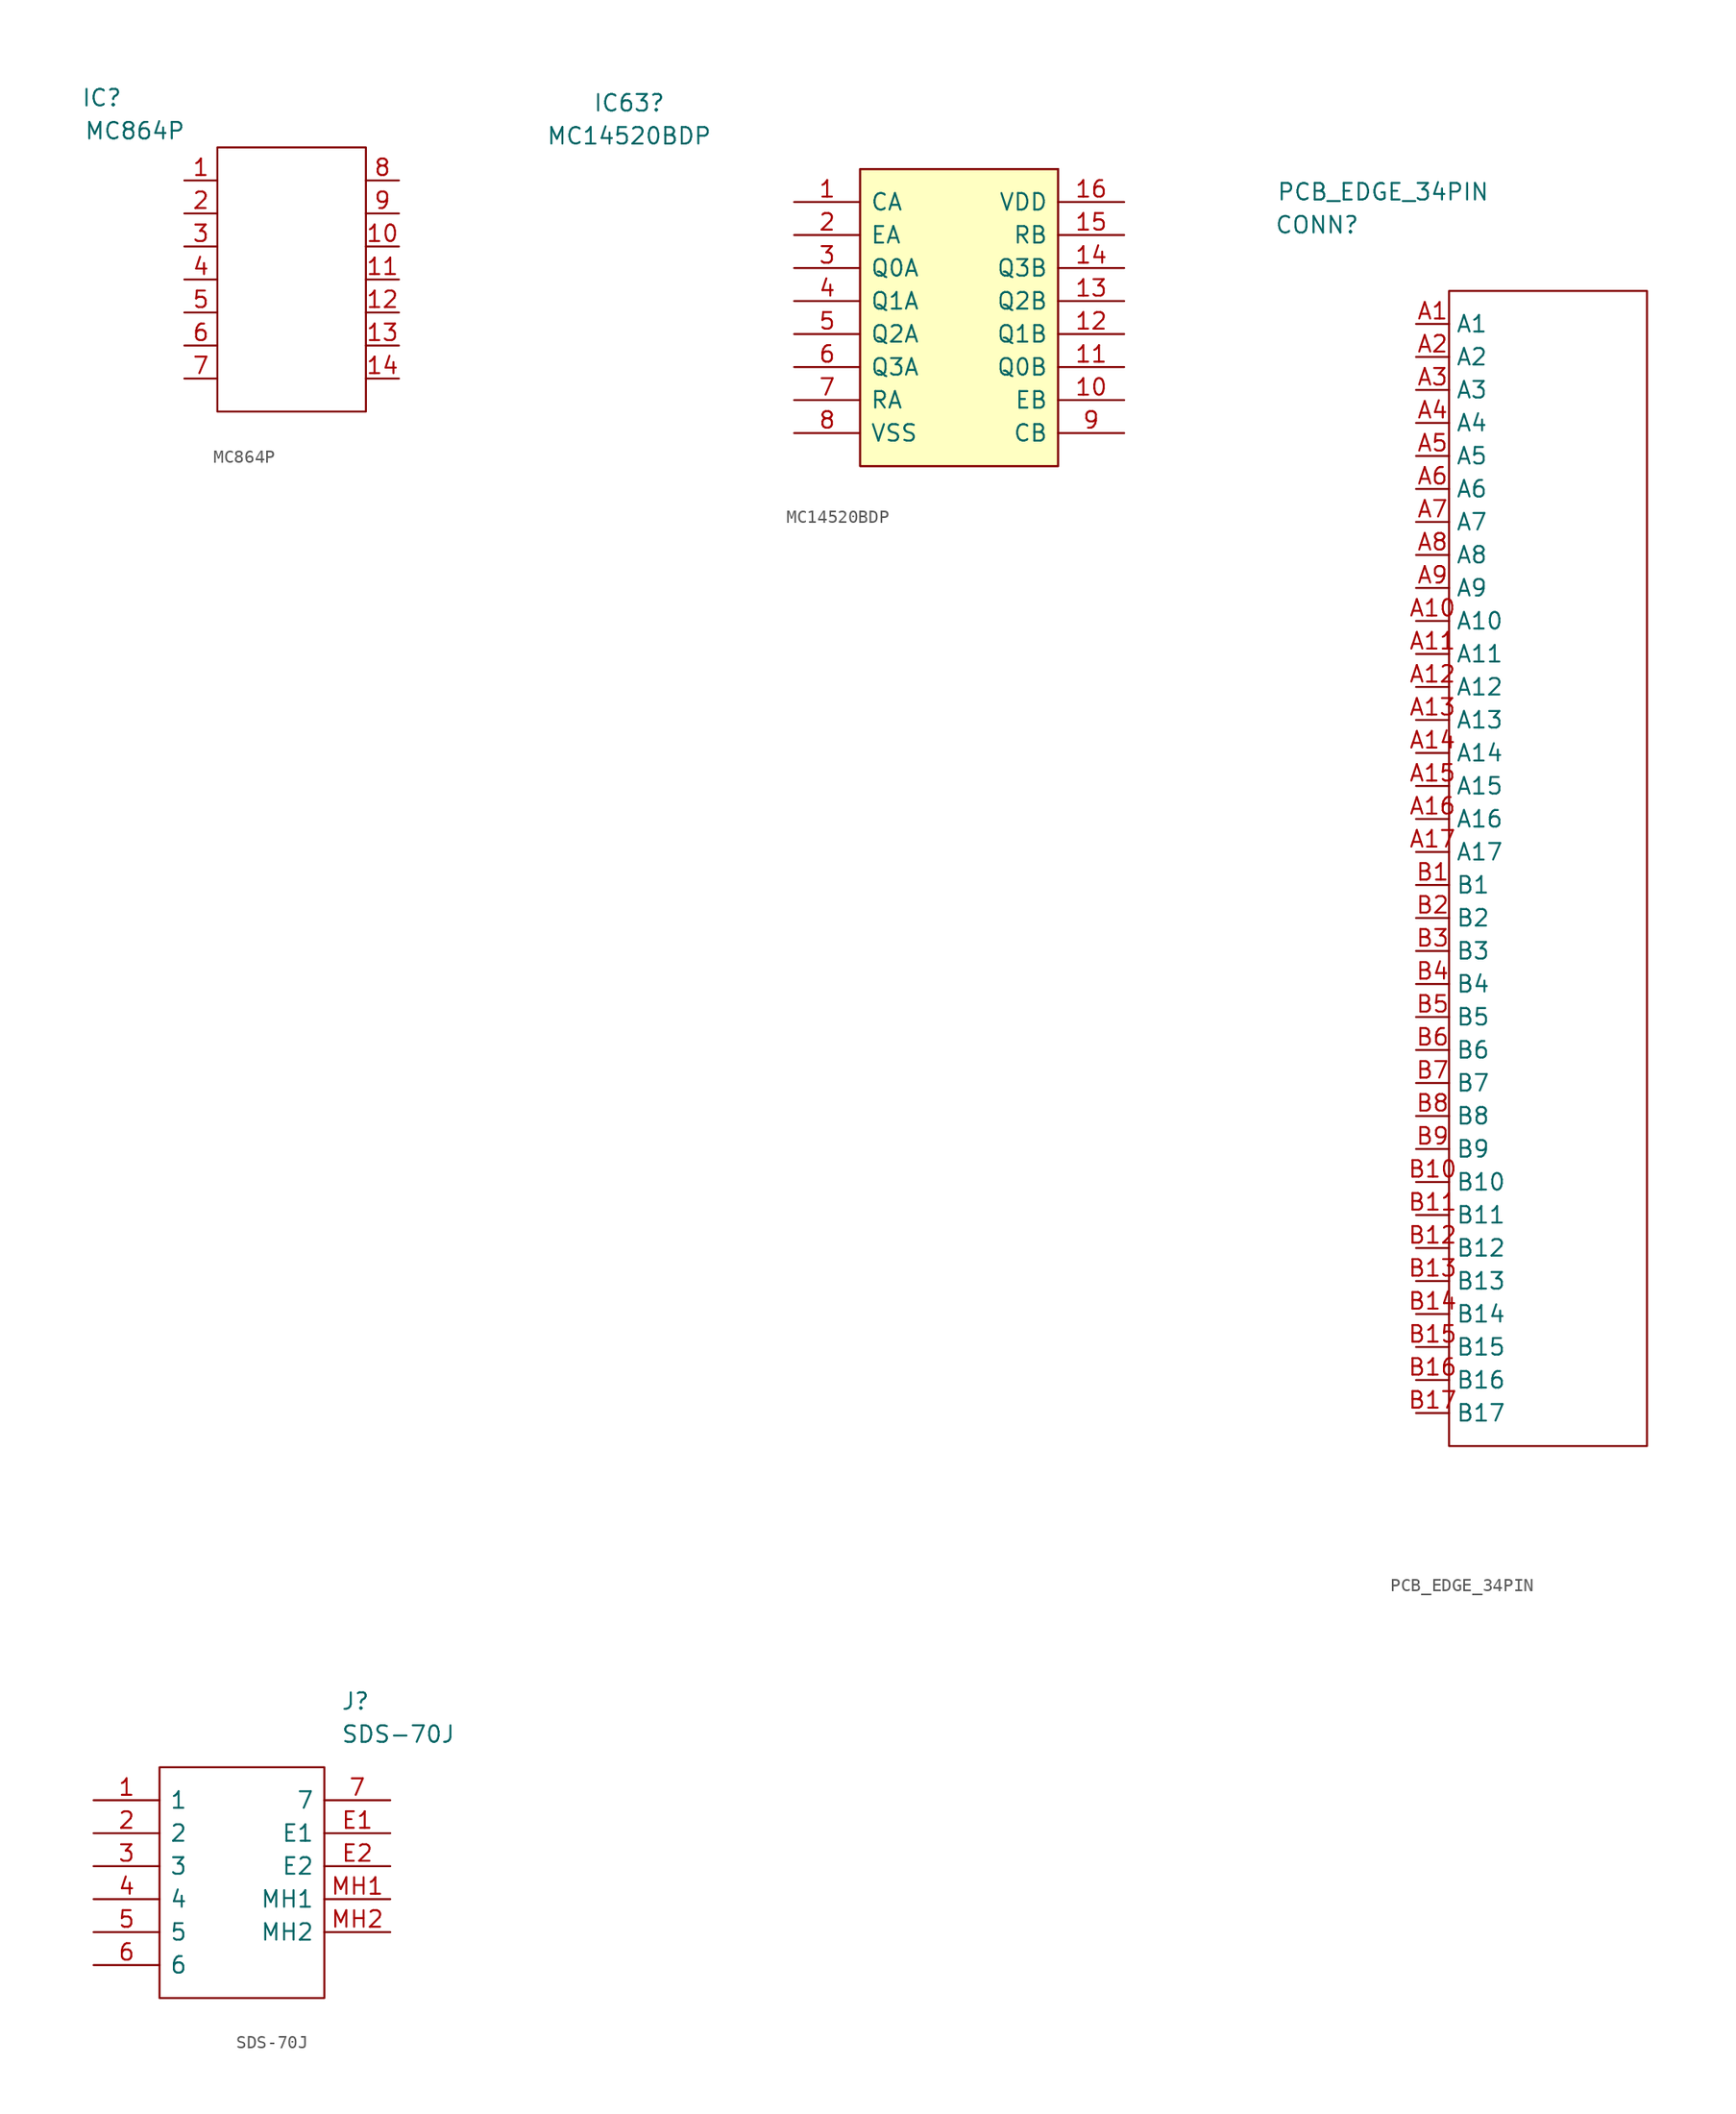
<source format=kicad_sym>
(kicad_symbol_lib
  (version 20211014)
  (generator kicad_symbol_editor)
  (symbol "MC864P"
    (property "Reference" "IC"
      (at -6.35 3.81 0)
      (effects (font (size 1.27 1.27))))
    (property "Value" "MC864P"
      (at -3.81 1.27 0)
      (effects (font (size 1.27 1.27))))
    (symbol "MC864P_0_0"
      (pin unspecified line (at 0 -2.54 0) (length 2.54) (name "" (effects (font (size 1.27 1.27)))) (number "1" (effects (font (size 1.27 1.27)))))
      (pin unspecified line (at 16.51 -7.62 180) (length 2.54) (name "" (effects (font (size 1.27 1.27)))) (number "10" (effects (font (size 1.27 1.27)))))
      (pin unspecified line (at 16.51 -10.16 180) (length 2.54) (name "" (effects (font (size 1.27 1.27)))) (number "11" (effects (font (size 1.27 1.27)))))
      (pin unspecified line (at 16.51 -12.7 180) (length 2.54) (name "" (effects (font (size 1.27 1.27)))) (number "12" (effects (font (size 1.27 1.27)))))
      (pin unspecified line (at 16.51 -15.24 180) (length 2.54) (name "" (effects (font (size 1.27 1.27)))) (number "13" (effects (font (size 1.27 1.27)))))
      (pin unspecified line (at 16.51 -17.78 180) (length 2.54) (name "" (effects (font (size 1.27 1.27)))) (number "14" (effects (font (size 1.27 1.27)))))
      (pin unspecified line (at 0 -5.08 0) (length 2.54) (name "" (effects (font (size 1.27 1.27)))) (number "2" (effects (font (size 1.27 1.27)))))
      (pin unspecified line (at 0 -7.62 0) (length 2.54) (name "" (effects (font (size 1.27 1.27)))) (number "3" (effects (font (size 1.27 1.27)))))
      (pin unspecified line (at 0 -10.16 0) (length 2.54) (name "" (effects (font (size 1.27 1.27)))) (number "4" (effects (font (size 1.27 1.27)))))
      (pin unspecified line (at 0 -12.7 0) (length 2.54) (name "" (effects (font (size 1.27 1.27)))) (number "5" (effects (font (size 1.27 1.27)))))
      (pin unspecified line (at 0 -15.24 0) (length 2.54) (name "" (effects (font (size 1.27 1.27)))) (number "6" (effects (font (size 1.27 1.27)))))
      (pin unspecified line (at 0 -17.78 0) (length 2.54) (name "" (effects (font (size 1.27 1.27)))) (number "7" (effects (font (size 1.27 1.27)))))
      (pin unspecified line (at 16.51 -2.54 180) (length 2.54) (name "" (effects (font (size 1.27 1.27)))) (number "8" (effects (font (size 1.27 1.27)))))
      (pin unspecified line (at 16.51 -5.08 180) (length 2.54) (name "" (effects (font (size 1.27 1.27)))) (number "9" (effects (font (size 1.27 1.27))))))
    (symbol "MC864P_0_1"
      (rectangle (start 2.54 0) (end 13.97 -20.32) (stroke (width 0) (type default) (color 0 0 0 0)) (fill (type none)))))
  (symbol "MC14520BDP"
    (pin_names
      (offset 0.762))
    (property "Reference" "IC63"
      (at -12.7 7.62 0)
      (effects (font (size 1.27 1.27))))
    (property "Value" "MC14520BDP"
      (at -12.7 5.08 0)
      (effects (font (size 1.27 1.27))))
    (symbol "MC14520BDP_0_0"
      (pin passive line (at 0 0 0) (length 5.08) (name "CA" (effects (font (size 1.27 1.27)))) (number "1" (effects (font (size 1.27 1.27)))))
      (pin passive line (at 25.4 -15.24 180) (length 5.08) (name "EB" (effects (font (size 1.27 1.27)))) (number "10" (effects (font (size 1.27 1.27)))))
      (pin passive line (at 25.4 -12.7 180) (length 5.08) (name "Q0B" (effects (font (size 1.27 1.27)))) (number "11" (effects (font (size 1.27 1.27)))))
      (pin passive line (at 25.4 -10.16 180) (length 5.08) (name "Q1B" (effects (font (size 1.27 1.27)))) (number "12" (effects (font (size 1.27 1.27)))))
      (pin passive line (at 25.4 -7.62 180) (length 5.08) (name "Q2B" (effects (font (size 1.27 1.27)))) (number "13" (effects (font (size 1.27 1.27)))))
      (pin passive line (at 25.4 -5.08 180) (length 5.08) (name "Q3B" (effects (font (size 1.27 1.27)))) (number "14" (effects (font (size 1.27 1.27)))))
      (pin passive line (at 25.4 -2.54 180) (length 5.08) (name "RB" (effects (font (size 1.27 1.27)))) (number "15" (effects (font (size 1.27 1.27)))))
      (pin power_in line (at 25.4 0 180) (length 5.08) (name "VDD" (effects (font (size 1.27 1.27)))) (number "16" (effects (font (size 1.27 1.27)))))
      (pin passive line (at 0 -2.54 0) (length 5.08) (name "EA" (effects (font (size 1.27 1.27)))) (number "2" (effects (font (size 1.27 1.27)))))
      (pin passive line (at 0 -5.08 0) (length 5.08) (name "Q0A" (effects (font (size 1.27 1.27)))) (number "3" (effects (font (size 1.27 1.27)))))
      (pin passive line (at 0 -7.62 0) (length 5.08) (name "Q1A" (effects (font (size 1.27 1.27)))) (number "4" (effects (font (size 1.27 1.27)))))
      (pin passive line (at 0 -10.16 0) (length 5.08) (name "Q2A" (effects (font (size 1.27 1.27)))) (number "5" (effects (font (size 1.27 1.27)))))
      (pin passive line (at 0 -12.7 0) (length 5.08) (name "Q3A" (effects (font (size 1.27 1.27)))) (number "6" (effects (font (size 1.27 1.27)))))
      (pin passive line (at 0 -15.24 0) (length 5.08) (name "RA" (effects (font (size 1.27 1.27)))) (number "7" (effects (font (size 1.27 1.27)))))
      (pin output line (at 0 -17.78 0) (length 5.08) (name "VSS" (effects (font (size 1.27 1.27)))) (number "8" (effects (font (size 1.27 1.27)))))
      (pin passive line (at 25.4 -17.78 180) (length 5.08) (name "CB" (effects (font (size 1.27 1.27)))) (number "9" (effects (font (size 1.27 1.27))))))
    (symbol "MC14520BDP_0_1"
      (polyline (pts (xy 5.08 2.54) (xy 20.32 2.54) (xy 20.32 -20.32) (xy 5.08 -20.32) (xy 5.08 2.54)) (stroke (width 0.152) (type default) (color 0 0 0 0)) (fill (type none)))
      (rectangle (start 5.08 2.54) (end 20.32 -20.32) (stroke (width 0) (type default) (color 0 0 0 0)) (fill (type background)))))
  (symbol "PCB_EDGE_34PIN"
    (property "Reference" "CONN"
      (at -7.62 5.08 0)
      (effects (font (size 1.27 1.27))))
    (property "Value" "PCB_EDGE_34PIN"
      (at -2.54 7.62 0)
      (effects (font (size 1.27 1.27))))
    (symbol "PCB_EDGE_34PIN_0_0"
      (pin bidirectional line (at 0 -2.54 0) (length 2.54) (name "A1" (effects (font (size 1.27 1.27)))) (number "A1" (effects (font (size 1.27 1.27)))))
      (pin bidirectional line (at 0 -25.4 0) (length 2.54) (name "A10" (effects (font (size 1.27 1.27)))) (number "A10" (effects (font (size 1.27 1.27)))))
      (pin bidirectional line (at 0 -27.94 0) (length 2.54) (name "A11" (effects (font (size 1.27 1.27)))) (number "A11" (effects (font (size 1.27 1.27)))))
      (pin bidirectional line (at 0 -30.48 0) (length 2.54) (name "A12" (effects (font (size 1.27 1.27)))) (number "A12" (effects (font (size 1.27 1.27)))))
      (pin bidirectional line (at 0 -33.02 0) (length 2.54) (name "A13" (effects (font (size 1.27 1.27)))) (number "A13" (effects (font (size 1.27 1.27)))))
      (pin bidirectional line (at 0 -35.56 0) (length 2.54) (name "A14" (effects (font (size 1.27 1.27)))) (number "A14" (effects (font (size 1.27 1.27)))))
      (pin bidirectional line (at 0 -38.1 0) (length 2.54) (name "A15" (effects (font (size 1.27 1.27)))) (number "A15" (effects (font (size 1.27 1.27)))))
      (pin bidirectional line (at 0 -40.64 0) (length 2.54) (name "A16" (effects (font (size 1.27 1.27)))) (number "A16" (effects (font (size 1.27 1.27)))))
      (pin bidirectional line (at 0 -43.18 0) (length 2.54) (name "A17" (effects (font (size 1.27 1.27)))) (number "A17" (effects (font (size 1.27 1.27)))))
      (pin bidirectional line (at 0 -5.08 0) (length 2.54) (name "A2" (effects (font (size 1.27 1.27)))) (number "A2" (effects (font (size 1.27 1.27)))))
      (pin bidirectional line (at 0 -7.62 0) (length 2.54) (name "A3" (effects (font (size 1.27 1.27)))) (number "A3" (effects (font (size 1.27 1.27)))))
      (pin bidirectional line (at 0 -10.16 0) (length 2.54) (name "A4" (effects (font (size 1.27 1.27)))) (number "A4" (effects (font (size 1.27 1.27)))))
      (pin bidirectional line (at 0 -12.7 0) (length 2.54) (name "A5" (effects (font (size 1.27 1.27)))) (number "A5" (effects (font (size 1.27 1.27)))))
      (pin bidirectional line (at 0 -15.24 0) (length 2.54) (name "A6" (effects (font (size 1.27 1.27)))) (number "A6" (effects (font (size 1.27 1.27)))))
      (pin bidirectional line (at 0 -17.78 0) (length 2.54) (name "A7" (effects (font (size 1.27 1.27)))) (number "A7" (effects (font (size 1.27 1.27)))))
      (pin bidirectional line (at 0 -20.32 0) (length 2.54) (name "A8" (effects (font (size 1.27 1.27)))) (number "A8" (effects (font (size 1.27 1.27)))))
      (pin bidirectional line (at 0 -22.86 0) (length 2.54) (name "A9" (effects (font (size 1.27 1.27)))) (number "A9" (effects (font (size 1.27 1.27)))))
      (pin bidirectional line (at 0 -45.72 0) (length 2.54) (name "B1" (effects (font (size 1.27 1.27)))) (number "B1" (effects (font (size 1.27 1.27)))))
      (pin bidirectional line (at 0 -68.58 0) (length 2.54) (name "B10" (effects (font (size 1.27 1.27)))) (number "B10" (effects (font (size 1.27 1.27)))))
      (pin bidirectional line (at 0 -71.12 0) (length 2.54) (name "B11" (effects (font (size 1.27 1.27)))) (number "B11" (effects (font (size 1.27 1.27)))))
      (pin bidirectional line (at 0 -73.66 0) (length 2.54) (name "B12" (effects (font (size 1.27 1.27)))) (number "B12" (effects (font (size 1.27 1.27)))))
      (pin bidirectional line (at 0 -76.2 0) (length 2.54) (name "B13" (effects (font (size 1.27 1.27)))) (number "B13" (effects (font (size 1.27 1.27)))))
      (pin bidirectional line (at 0 -78.74 0) (length 2.54) (name "B14" (effects (font (size 1.27 1.27)))) (number "B14" (effects (font (size 1.27 1.27)))))
      (pin bidirectional line (at 0 -81.28 0) (length 2.54) (name "B15" (effects (font (size 1.27 1.27)))) (number "B15" (effects (font (size 1.27 1.27)))))
      (pin bidirectional line (at 0 -83.82 0) (length 2.54) (name "B16" (effects (font (size 1.27 1.27)))) (number "B16" (effects (font (size 1.27 1.27)))))
      (pin bidirectional line (at 0 -86.36 0) (length 2.54) (name "B17" (effects (font (size 1.27 1.27)))) (number "B17" (effects (font (size 1.27 1.27)))))
      (pin bidirectional line (at 0 -48.26 0) (length 2.54) (name "B2" (effects (font (size 1.27 1.27)))) (number "B2" (effects (font (size 1.27 1.27)))))
      (pin bidirectional line (at 0 -50.8 0) (length 2.54) (name "B3" (effects (font (size 1.27 1.27)))) (number "B3" (effects (font (size 1.27 1.27)))))
      (pin bidirectional line (at 0 -53.34 0) (length 2.54) (name "B4" (effects (font (size 1.27 1.27)))) (number "B4" (effects (font (size 1.27 1.27)))))
      (pin bidirectional line (at 0 -55.88 0) (length 2.54) (name "B5" (effects (font (size 1.27 1.27)))) (number "B5" (effects (font (size 1.27 1.27)))))
      (pin bidirectional line (at 0 -58.42 0) (length 2.54) (name "B6" (effects (font (size 1.27 1.27)))) (number "B6" (effects (font (size 1.27 1.27)))))
      (pin bidirectional line (at 0 -60.96 0) (length 2.54) (name "B7" (effects (font (size 1.27 1.27)))) (number "B7" (effects (font (size 1.27 1.27)))))
      (pin bidirectional line (at 0 -63.5 0) (length 2.54) (name "B8" (effects (font (size 1.27 1.27)))) (number "B8" (effects (font (size 1.27 1.27)))))
      (pin bidirectional line (at 0 -66.04 0) (length 2.54) (name "B9" (effects (font (size 1.27 1.27)))) (number "B9" (effects (font (size 1.27 1.27))))))
    (symbol "PCB_EDGE_34PIN_0_1"
      (rectangle (start 2.54 0) (end 17.78 -88.9) (stroke (width 0) (type default) (color 0 0 0 0)) (fill (type none)))))
  (symbol "SDS-70J"
    (pin_names
      (offset 0.762))
    (property "Reference" "J"
      (at 19.05 7.62 0)
      (effects (font (size 1.27 1.27)) (justify left)))
    (property "Value" "SDS-70J"
      (at 19.05 5.08 0)
      (effects (font (size 1.27 1.27)) (justify left)))
    (symbol "SDS-70J_0_0"
      (pin passive line (at 0 0 0) (length 5.08) (name "1" (effects (font (size 1.27 1.27)))) (number "1" (effects (font (size 1.27 1.27)))))
      (pin passive line (at 0 -2.54 0) (length 5.08) (name "2" (effects (font (size 1.27 1.27)))) (number "2" (effects (font (size 1.27 1.27)))))
      (pin passive line (at 0 -5.08 0) (length 5.08) (name "3" (effects (font (size 1.27 1.27)))) (number "3" (effects (font (size 1.27 1.27)))))
      (pin passive line (at 0 -7.62 0) (length 5.08) (name "4" (effects (font (size 1.27 1.27)))) (number "4" (effects (font (size 1.27 1.27)))))
      (pin passive line (at 0 -10.16 0) (length 5.08) (name "5" (effects (font (size 1.27 1.27)))) (number "5" (effects (font (size 1.27 1.27)))))
      (pin passive line (at 0 -12.7 0) (length 5.08) (name "6" (effects (font (size 1.27 1.27)))) (number "6" (effects (font (size 1.27 1.27)))))
      (pin passive line (at 22.86 0 180) (length 5.08) (name "7" (effects (font (size 1.27 1.27)))) (number "7" (effects (font (size 1.27 1.27)))))
      (pin passive line (at 22.86 -2.54 180) (length 5.08) (name "E1" (effects (font (size 1.27 1.27)))) (number "E1" (effects (font (size 1.27 1.27)))))
      (pin passive line (at 22.86 -5.08 180) (length 5.08) (name "E2" (effects (font (size 1.27 1.27)))) (number "E2" (effects (font (size 1.27 1.27)))))
      (pin passive line (at 22.86 -7.62 180) (length 5.08) (name "MH1" (effects (font (size 1.27 1.27)))) (number "MH1" (effects (font (size 1.27 1.27)))))
      (pin passive line (at 22.86 -10.16 180) (length 5.08) (name "MH2" (effects (font (size 1.27 1.27)))) (number "MH2" (effects (font (size 1.27 1.27))))))
    (symbol "SDS-70J_0_1"
      (polyline (pts (xy 5.08 2.54) (xy 17.78 2.54) (xy 17.78 -15.24) (xy 5.08 -15.24) (xy 5.08 2.54)) (stroke (width 0.152) (type default) (color 0 0 0 0)) (fill (type none))))))
</source>
